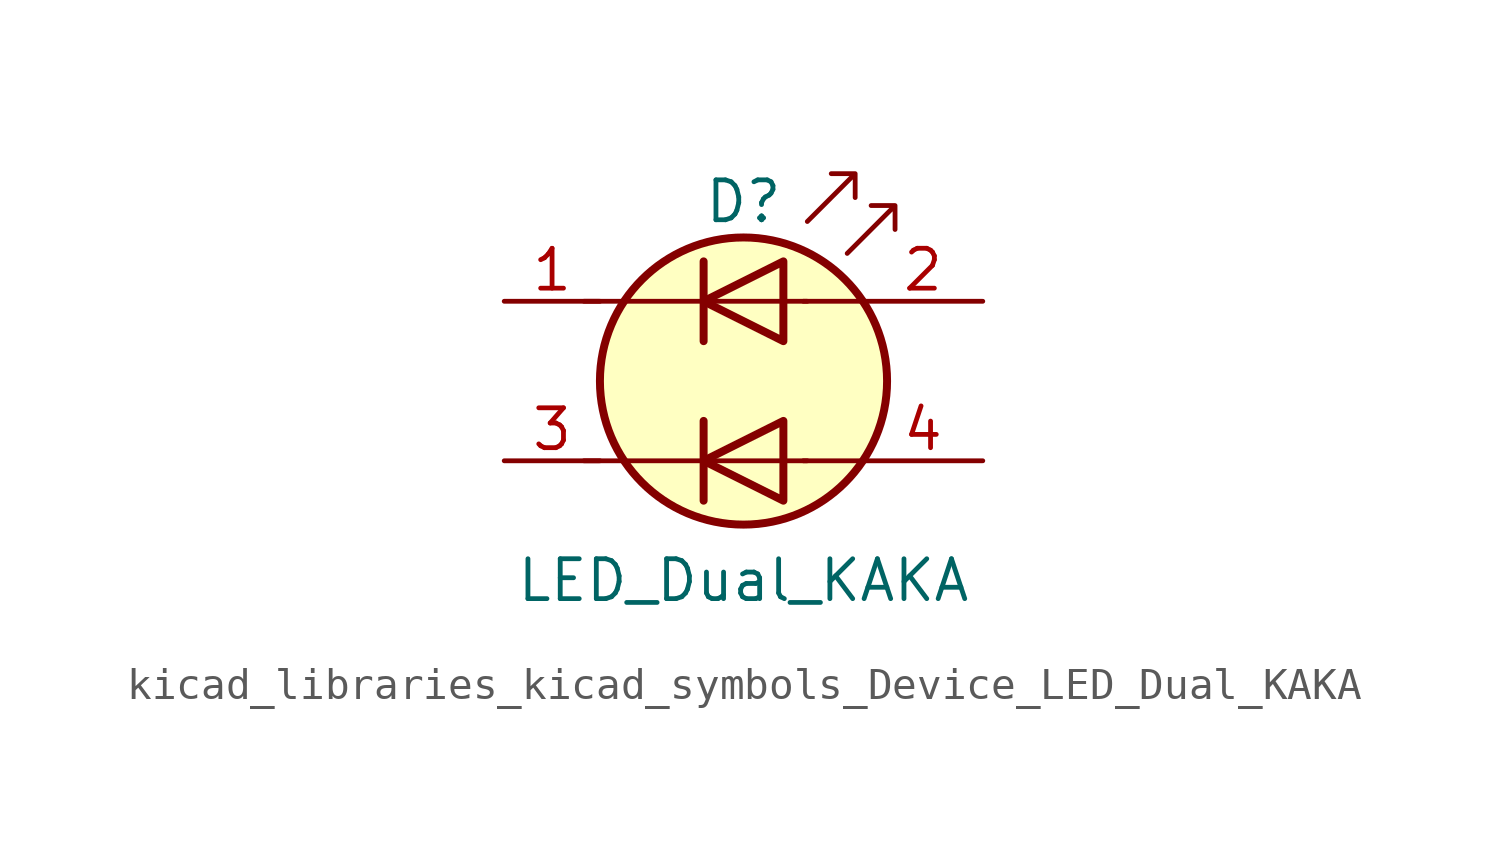
<source format=kicad_sym>
(kicad_symbol_lib
  (version 20220914)
  (generator kicad_symbol_editor)
  (symbol "kicad_libraries_kicad_symbols_Device_LED_Dual_KAKA"
    (pin_names
      (offset 0) hide)
    (property "Reference" "D"
      (at 0 5.715 0)
      (effects (font (size 1.27 1.27))))
    (property "Value" "LED_Dual_KAKA"
      (at 0 -6.35 0)
      (effects (font (size 1.27 1.27))))
    (symbol "kicad_libraries_kicad_symbols_Device_LED_Dual_KAKA_0_1"
      (polyline (pts (xy -5.08 -2.54) (xy 2.032 -2.54)) (stroke (width 0) (type default)) (fill (type none)))
      (polyline (pts (xy -5.08 2.54) (xy 2.032 2.54)) (stroke (width 0) (type default)) (fill (type none)))
      (polyline (pts (xy -1.27 -1.27) (xy -1.27 -3.81)) (stroke (width 0.254) (type default)) (fill (type none)))
      (polyline (pts (xy -1.27 3.81) (xy -1.27 1.27)) (stroke (width 0.254) (type default)) (fill (type none)))
      (polyline (pts (xy 3.81 -2.54) (xy 1.905 -2.54)) (stroke (width 0) (type default)) (fill (type none)))
      (polyline (pts (xy 3.81 2.54) (xy 1.905 2.54)) (stroke (width 0) (type default)) (fill (type none)))
      (polyline (pts (xy 1.27 -1.27) (xy 1.27 -3.81) (xy -1.27 -2.54) (xy 1.27 -1.27)) (stroke (width 0.254) (type default)) (fill (type none)))
      (polyline (pts (xy 1.27 3.81) (xy 1.27 1.27) (xy -1.27 2.54) (xy 1.27 3.81)) (stroke (width 0.254) (type default)) (fill (type none)))
      (polyline (pts (xy 2.032 5.08) (xy 3.556 6.604) (xy 2.794 6.604) (xy 3.556 6.604) (xy 3.556 5.842)) (stroke (width 0) (type default)) (fill (type none)))
      (polyline (pts (xy 3.302 4.064) (xy 4.826 5.588) (xy 4.064 5.588) (xy 4.826 5.588) (xy 4.826 4.826)) (stroke (width 0) (type default)) (fill (type none)))
      (circle (center 0 0) (radius 4.572) (stroke (width 0.254) (type default)) (fill (type background))))
    (symbol "kicad_libraries_kicad_symbols_Device_LED_Dual_KAKA_1_1"
      (pin input line (at -7.62 2.54 0) (length 3.048) (name "A1" (effects (font (size 1.27 1.27)))) (number "1" (effects (font (size 1.27 1.27)))))
      (pin input line (at 7.62 2.54 180) (length 3.81) (name "K1" (effects (font (size 1.27 1.27)))) (number "2" (effects (font (size 1.27 1.27)))))
      (pin input line (at -7.62 -2.54 0) (length 3.048) (name "A2" (effects (font (size 1.27 1.27)))) (number "3" (effects (font (size 1.27 1.27)))))
      (pin input line (at 7.62 -2.54 180) (length 3.81) (name "K2" (effects (font (size 1.27 1.27)))) (number "4" (effects (font (size 1.27 1.27))))))))
</source>
